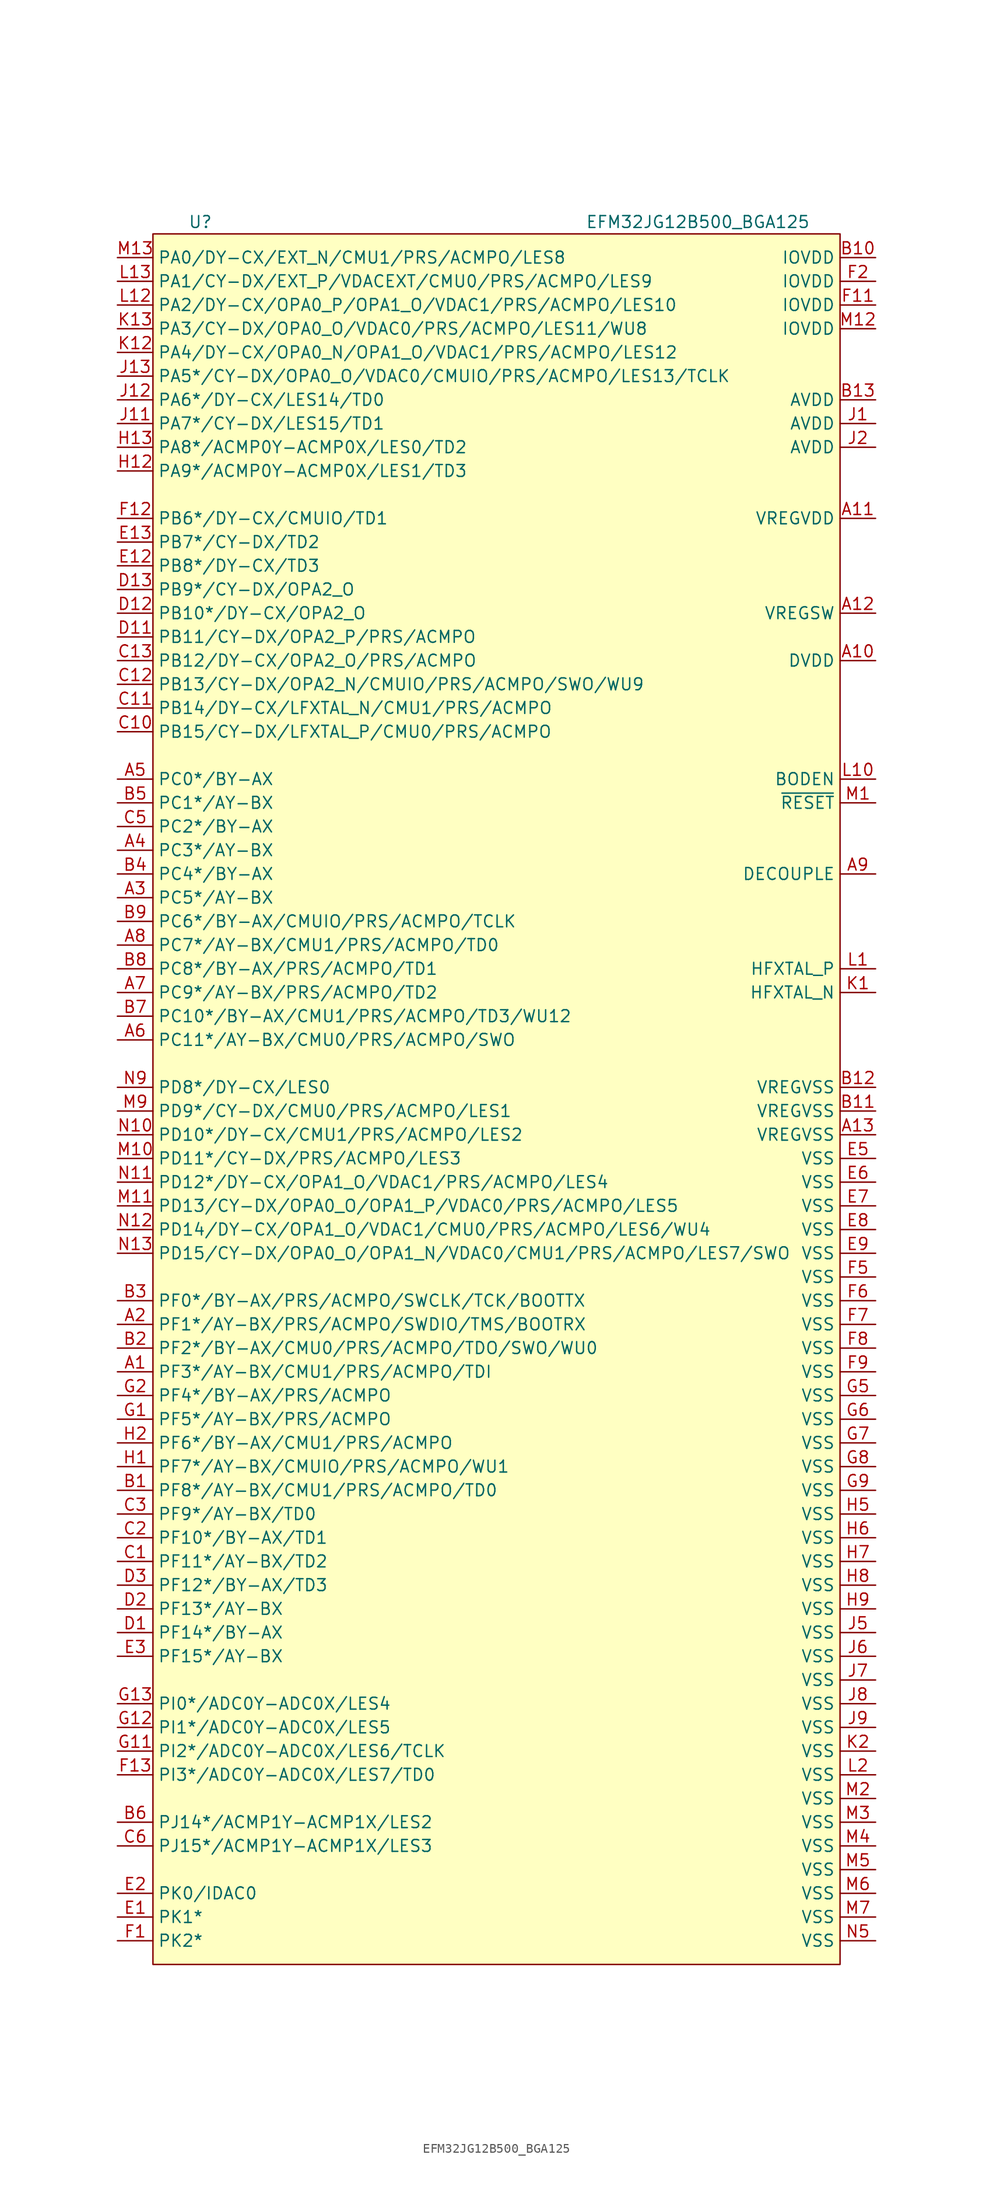
<source format=kicad_sym>
(kicad_symbol_lib
  (version 20231120)
  (generator "kicad_symbol_editor")
  (generator_version "8.0")
  (symbol "EFM32JG12B500_BGA125"
    (property "Reference" "U"
      (at -33.02 44.45 0)
      (effects (font (size 1.27 1.27))))
    (property "Value" "EFM32JG12B500_BGA125"
      (at 20.32 44.45 0)
      (effects (font (size 1.27 1.27))))
    (symbol "EFM32JG12B500_BGA125_0_1"
      (rectangle (start -38.1 43.18) (end 35.56 -142.24) (stroke (width 0) (type default)) (fill (type background))))
    (symbol "EFM32JG12B500_BGA125_1_1"
      (pin bidirectional line (at -41.91 -78.74 0) (length 3.81) (name "PF3*/AY-BX/CMU1/PRS/ACMPO/TDI" (effects (font (size 1.27 1.27)))) (number "A1" (effects (font (size 1.27 1.27)))))
      (pin power_in line (at 39.37 -2.54 180) (length 3.81) (name "DVDD" (effects (font (size 1.27 1.27)))) (number "A10" (effects (font (size 1.27 1.27)))))
      (pin power_in line (at 39.37 12.7 180) (length 3.81) (name "VREGVDD" (effects (font (size 1.27 1.27)))) (number "A11" (effects (font (size 1.27 1.27)))))
      (pin power_out line (at 39.37 2.54 180) (length 3.81) (name "VREGSW" (effects (font (size 1.27 1.27)))) (number "A12" (effects (font (size 1.27 1.27)))))
      (pin power_in line (at 39.37 -53.34 180) (length 3.81) (name "VREGVSS" (effects (font (size 1.27 1.27)))) (number "A13" (effects (font (size 1.27 1.27)))))
      (pin bidirectional line (at -41.91 -73.66 0) (length 3.81) (name "PF1*/AY-BX/PRS/ACMPO/SWDIO/TMS/BOOTRX" (effects (font (size 1.27 1.27)))) (number "A2" (effects (font (size 1.27 1.27)))))
      (pin bidirectional line (at -41.91 -27.94 0) (length 3.81) (name "PC5*/AY-BX" (effects (font (size 1.27 1.27)))) (number "A3" (effects (font (size 1.27 1.27)))))
      (pin bidirectional line (at -41.91 -22.86 0) (length 3.81) (name "PC3*/AY-BX" (effects (font (size 1.27 1.27)))) (number "A4" (effects (font (size 1.27 1.27)))))
      (pin bidirectional line (at -41.91 -15.24 0) (length 3.81) (name "PC0*/BY-AX" (effects (font (size 1.27 1.27)))) (number "A5" (effects (font (size 1.27 1.27)))))
      (pin bidirectional line (at -41.91 -43.18 0) (length 3.81) (name "PC11*/AY-BX/CMU0/PRS/ACMPO/SWO" (effects (font (size 1.27 1.27)))) (number "A6" (effects (font (size 1.27 1.27)))))
      (pin bidirectional line (at -41.91 -38.1 0) (length 3.81) (name "PC9*/AY-BX/PRS/ACMPO/TD2" (effects (font (size 1.27 1.27)))) (number "A7" (effects (font (size 1.27 1.27)))))
      (pin bidirectional line (at -41.91 -33.02 0) (length 3.81) (name "PC7*/AY-BX/CMU1/PRS/ACMPO/TD0" (effects (font (size 1.27 1.27)))) (number "A8" (effects (font (size 1.27 1.27)))))
      (pin power_out line (at 39.37 -25.4 180) (length 3.81) (name "DECOUPLE" (effects (font (size 1.27 1.27)))) (number "A9" (effects (font (size 1.27 1.27)))))
      (pin bidirectional line (at -41.91 -91.44 0) (length 3.81) (name "PF8*/AY-BX/CMU1/PRS/ACMPO/TD0" (effects (font (size 1.27 1.27)))) (number "B1" (effects (font (size 1.27 1.27)))))
      (pin power_in line (at 39.37 40.64 180) (length 3.81) (name "IOVDD" (effects (font (size 1.27 1.27)))) (number "B10" (effects (font (size 1.27 1.27)))))
      (pin power_in line (at 39.37 -50.8 180) (length 3.81) (name "VREGVSS" (effects (font (size 1.27 1.27)))) (number "B11" (effects (font (size 1.27 1.27)))))
      (pin power_in line (at 39.37 -48.26 180) (length 3.81) (name "VREGVSS" (effects (font (size 1.27 1.27)))) (number "B12" (effects (font (size 1.27 1.27)))))
      (pin power_in line (at 39.37 25.4 180) (length 3.81) (name "AVDD" (effects (font (size 1.27 1.27)))) (number "B13" (effects (font (size 1.27 1.27)))))
      (pin bidirectional line (at -41.91 -76.2 0) (length 3.81) (name "PF2*/BY-AX/CMU0/PRS/ACMPO/TDO/SWO/WU0" (effects (font (size 1.27 1.27)))) (number "B2" (effects (font (size 1.27 1.27)))))
      (pin bidirectional line (at -41.91 -71.12 0) (length 3.81) (name "PF0*/BY-AX/PRS/ACMPO/SWCLK/TCK/BOOTTX" (effects (font (size 1.27 1.27)))) (number "B3" (effects (font (size 1.27 1.27)))))
      (pin bidirectional line (at -41.91 -25.4 0) (length 3.81) (name "PC4*/BY-AX" (effects (font (size 1.27 1.27)))) (number "B4" (effects (font (size 1.27 1.27)))))
      (pin bidirectional line (at -41.91 -17.78 0) (length 3.81) (name "PC1*/AY-BX" (effects (font (size 1.27 1.27)))) (number "B5" (effects (font (size 1.27 1.27)))))
      (pin bidirectional line (at -41.91 -127 0) (length 3.81) (name "PJ14*/ACMP1Y-ACMP1X/LES2" (effects (font (size 1.27 1.27)))) (number "B6" (effects (font (size 1.27 1.27)))))
      (pin bidirectional line (at -41.91 -40.64 0) (length 3.81) (name "PC10*/BY-AX/CMU1/PRS/ACMPO/TD3/WU12" (effects (font (size 1.27 1.27)))) (number "B7" (effects (font (size 1.27 1.27)))))
      (pin bidirectional line (at -41.91 -35.56 0) (length 3.81) (name "PC8*/BY-AX/PRS/ACMPO/TD1" (effects (font (size 1.27 1.27)))) (number "B8" (effects (font (size 1.27 1.27)))))
      (pin bidirectional line (at -41.91 -30.48 0) (length 3.81) (name "PC6*/BY-AX/CMUIO/PRS/ACMPO/TCLK" (effects (font (size 1.27 1.27)))) (number "B9" (effects (font (size 1.27 1.27)))))
      (pin bidirectional line (at -41.91 -99.06 0) (length 3.81) (name "PF11*/AY-BX/TD2" (effects (font (size 1.27 1.27)))) (number "C1" (effects (font (size 1.27 1.27)))))
      (pin bidirectional line (at -41.91 -10.16 0) (length 3.81) (name "PB15/CY-DX/LFXTAL_P/CMU0/PRS/ACMPO" (effects (font (size 1.27 1.27)))) (number "C10" (effects (font (size 1.27 1.27)))))
      (pin bidirectional line (at -41.91 -7.62 0) (length 3.81) (name "PB14/DY-CX/LFXTAL_N/CMU1/PRS/ACMPO" (effects (font (size 1.27 1.27)))) (number "C11" (effects (font (size 1.27 1.27)))))
      (pin bidirectional line (at -41.91 -5.08 0) (length 3.81) (name "PB13/CY-DX/OPA2_N/CMUIO/PRS/ACMPO/SWO/WU9" (effects (font (size 1.27 1.27)))) (number "C12" (effects (font (size 1.27 1.27)))))
      (pin bidirectional line (at -41.91 -2.54 0) (length 3.81) (name "PB12/DY-CX/OPA2_O/PRS/ACMPO" (effects (font (size 1.27 1.27)))) (number "C13" (effects (font (size 1.27 1.27)))))
      (pin bidirectional line (at -41.91 -96.52 0) (length 3.81) (name "PF10*/BY-AX/TD1" (effects (font (size 1.27 1.27)))) (number "C2" (effects (font (size 1.27 1.27)))))
      (pin bidirectional line (at -41.91 -93.98 0) (length 3.81) (name "PF9*/AY-BX/TD0" (effects (font (size 1.27 1.27)))) (number "C3" (effects (font (size 1.27 1.27)))))
      (pin bidirectional line (at -41.91 -20.32 0) (length 3.81) (name "PC2*/BY-AX" (effects (font (size 1.27 1.27)))) (number "C5" (effects (font (size 1.27 1.27)))))
      (pin bidirectional line (at -41.91 -129.54 0) (length 3.81) (name "PJ15*/ACMP1Y-ACMP1X/LES3" (effects (font (size 1.27 1.27)))) (number "C6" (effects (font (size 1.27 1.27)))))
      (pin bidirectional line (at -41.91 -106.68 0) (length 3.81) (name "PF14*/BY-AX" (effects (font (size 1.27 1.27)))) (number "D1" (effects (font (size 1.27 1.27)))))
      (pin bidirectional line (at -41.91 0 0) (length 3.81) (name "PB11/CY-DX/OPA2_P/PRS/ACMPO" (effects (font (size 1.27 1.27)))) (number "D11" (effects (font (size 1.27 1.27)))))
      (pin bidirectional line (at -41.91 2.54 0) (length 3.81) (name "PB10*/DY-CX/OPA2_O" (effects (font (size 1.27 1.27)))) (number "D12" (effects (font (size 1.27 1.27)))))
      (pin bidirectional line (at -41.91 5.08 0) (length 3.81) (name "PB9*/CY-DX/OPA2_O" (effects (font (size 1.27 1.27)))) (number "D13" (effects (font (size 1.27 1.27)))))
      (pin bidirectional line (at -41.91 -104.14 0) (length 3.81) (name "PF13*/AY-BX" (effects (font (size 1.27 1.27)))) (number "D2" (effects (font (size 1.27 1.27)))))
      (pin bidirectional line (at -41.91 -101.6 0) (length 3.81) (name "PF12*/BY-AX/TD3" (effects (font (size 1.27 1.27)))) (number "D3" (effects (font (size 1.27 1.27)))))
      (pin bidirectional line (at -41.91 -137.16 0) (length 3.81) (name "PK1*" (effects (font (size 1.27 1.27)))) (number "E1" (effects (font (size 1.27 1.27)))))
      (pin bidirectional line (at -41.91 7.62 0) (length 3.81) (name "PB8*/DY-CX/TD3" (effects (font (size 1.27 1.27)))) (number "E12" (effects (font (size 1.27 1.27)))))
      (pin bidirectional line (at -41.91 10.16 0) (length 3.81) (name "PB7*/CY-DX/TD2" (effects (font (size 1.27 1.27)))) (number "E13" (effects (font (size 1.27 1.27)))))
      (pin bidirectional line (at -41.91 -134.62 0) (length 3.81) (name "PK0/IDAC0" (effects (font (size 1.27 1.27)))) (number "E2" (effects (font (size 1.27 1.27)))))
      (pin bidirectional line (at -41.91 -109.22 0) (length 3.81) (name "PF15*/AY-BX" (effects (font (size 1.27 1.27)))) (number "E3" (effects (font (size 1.27 1.27)))))
      (pin power_in line (at 39.37 -55.88 180) (length 3.81) (name "VSS" (effects (font (size 1.27 1.27)))) (number "E5" (effects (font (size 1.27 1.27)))))
      (pin power_in line (at 39.37 -58.42 180) (length 3.81) (name "VSS" (effects (font (size 1.27 1.27)))) (number "E6" (effects (font (size 1.27 1.27)))))
      (pin power_in line (at 39.37 -60.96 180) (length 3.81) (name "VSS" (effects (font (size 1.27 1.27)))) (number "E7" (effects (font (size 1.27 1.27)))))
      (pin power_in line (at 39.37 -63.5 180) (length 3.81) (name "VSS" (effects (font (size 1.27 1.27)))) (number "E8" (effects (font (size 1.27 1.27)))))
      (pin power_in line (at 39.37 -66.04 180) (length 3.81) (name "VSS" (effects (font (size 1.27 1.27)))) (number "E9" (effects (font (size 1.27 1.27)))))
      (pin bidirectional line (at -41.91 -139.7 0) (length 3.81) (name "PK2*" (effects (font (size 1.27 1.27)))) (number "F1" (effects (font (size 1.27 1.27)))))
      (pin power_in line (at 39.37 35.56 180) (length 3.81) (name "IOVDD" (effects (font (size 1.27 1.27)))) (number "F11" (effects (font (size 1.27 1.27)))))
      (pin bidirectional line (at -41.91 12.7 0) (length 3.81) (name "PB6*/DY-CX/CMUIO/TD1" (effects (font (size 1.27 1.27)))) (number "F12" (effects (font (size 1.27 1.27)))))
      (pin bidirectional line (at -41.91 -121.92 0) (length 3.81) (name "PI3*/ADC0Y-ADC0X/LES7/TD0" (effects (font (size 1.27 1.27)))) (number "F13" (effects (font (size 1.27 1.27)))))
      (pin power_in line (at 39.37 38.1 180) (length 3.81) (name "IOVDD" (effects (font (size 1.27 1.27)))) (number "F2" (effects (font (size 1.27 1.27)))))
      (pin power_in line (at 39.37 -68.58 180) (length 3.81) (name "VSS" (effects (font (size 1.27 1.27)))) (number "F5" (effects (font (size 1.27 1.27)))))
      (pin power_in line (at 39.37 -71.12 180) (length 3.81) (name "VSS" (effects (font (size 1.27 1.27)))) (number "F6" (effects (font (size 1.27 1.27)))))
      (pin power_in line (at 39.37 -73.66 180) (length 3.81) (name "VSS" (effects (font (size 1.27 1.27)))) (number "F7" (effects (font (size 1.27 1.27)))))
      (pin power_in line (at 39.37 -76.2 180) (length 3.81) (name "VSS" (effects (font (size 1.27 1.27)))) (number "F8" (effects (font (size 1.27 1.27)))))
      (pin power_in line (at 39.37 -78.74 180) (length 3.81) (name "VSS" (effects (font (size 1.27 1.27)))) (number "F9" (effects (font (size 1.27 1.27)))))
      (pin bidirectional line (at -41.91 -83.82 0) (length 3.81) (name "PF5*/AY-BX/PRS/ACMPO" (effects (font (size 1.27 1.27)))) (number "G1" (effects (font (size 1.27 1.27)))))
      (pin bidirectional line (at -41.91 -119.38 0) (length 3.81) (name "PI2*/ADC0Y-ADC0X/LES6/TCLK" (effects (font (size 1.27 1.27)))) (number "G11" (effects (font (size 1.27 1.27)))))
      (pin bidirectional line (at -41.91 -116.84 0) (length 3.81) (name "PI1*/ADC0Y-ADC0X/LES5" (effects (font (size 1.27 1.27)))) (number "G12" (effects (font (size 1.27 1.27)))))
      (pin bidirectional line (at -41.91 -114.3 0) (length 3.81) (name "PI0*/ADC0Y-ADC0X/LES4" (effects (font (size 1.27 1.27)))) (number "G13" (effects (font (size 1.27 1.27)))))
      (pin bidirectional line (at -41.91 -81.28 0) (length 3.81) (name "PF4*/BY-AX/PRS/ACMPO" (effects (font (size 1.27 1.27)))) (number "G2" (effects (font (size 1.27 1.27)))))
      (pin power_in line (at 39.37 -81.28 180) (length 3.81) (name "VSS" (effects (font (size 1.27 1.27)))) (number "G5" (effects (font (size 1.27 1.27)))))
      (pin power_in line (at 39.37 -83.82 180) (length 3.81) (name "VSS" (effects (font (size 1.27 1.27)))) (number "G6" (effects (font (size 1.27 1.27)))))
      (pin power_in line (at 39.37 -86.36 180) (length 3.81) (name "VSS" (effects (font (size 1.27 1.27)))) (number "G7" (effects (font (size 1.27 1.27)))))
      (pin power_in line (at 39.37 -88.9 180) (length 3.81) (name "VSS" (effects (font (size 1.27 1.27)))) (number "G8" (effects (font (size 1.27 1.27)))))
      (pin power_in line (at 39.37 -91.44 180) (length 3.81) (name "VSS" (effects (font (size 1.27 1.27)))) (number "G9" (effects (font (size 1.27 1.27)))))
      (pin bidirectional line (at -41.91 -88.9 0) (length 3.81) (name "PF7*/AY-BX/CMUIO/PRS/ACMPO/WU1" (effects (font (size 1.27 1.27)))) (number "H1" (effects (font (size 1.27 1.27)))))
      (pin bidirectional line (at -41.91 17.78 0) (length 3.81) (name "PA9*/ACMP0Y-ACMP0X/LES1/TD3" (effects (font (size 1.27 1.27)))) (number "H12" (effects (font (size 1.27 1.27)))))
      (pin bidirectional line (at -41.91 20.32 0) (length 3.81) (name "PA8*/ACMP0Y-ACMP0X/LES0/TD2" (effects (font (size 1.27 1.27)))) (number "H13" (effects (font (size 1.27 1.27)))))
      (pin bidirectional line (at -41.91 -86.36 0) (length 3.81) (name "PF6*/BY-AX/CMU1/PRS/ACMPO" (effects (font (size 1.27 1.27)))) (number "H2" (effects (font (size 1.27 1.27)))))
      (pin power_in line (at 39.37 -93.98 180) (length 3.81) (name "VSS" (effects (font (size 1.27 1.27)))) (number "H5" (effects (font (size 1.27 1.27)))))
      (pin power_in line (at 39.37 -96.52 180) (length 3.81) (name "VSS" (effects (font (size 1.27 1.27)))) (number "H6" (effects (font (size 1.27 1.27)))))
      (pin power_in line (at 39.37 -99.06 180) (length 3.81) (name "VSS" (effects (font (size 1.27 1.27)))) (number "H7" (effects (font (size 1.27 1.27)))))
      (pin power_in line (at 39.37 -101.6 180) (length 3.81) (name "VSS" (effects (font (size 1.27 1.27)))) (number "H8" (effects (font (size 1.27 1.27)))))
      (pin power_in line (at 39.37 -104.14 180) (length 3.81) (name "VSS" (effects (font (size 1.27 1.27)))) (number "H9" (effects (font (size 1.27 1.27)))))
      (pin power_in line (at 39.37 22.86 180) (length 3.81) (name "AVDD" (effects (font (size 1.27 1.27)))) (number "J1" (effects (font (size 1.27 1.27)))))
      (pin bidirectional line (at -41.91 22.86 0) (length 3.81) (name "PA7*/CY-DX/LES15/TD1" (effects (font (size 1.27 1.27)))) (number "J11" (effects (font (size 1.27 1.27)))))
      (pin bidirectional line (at -41.91 25.4 0) (length 3.81) (name "PA6*/DY-CX/LES14/TD0" (effects (font (size 1.27 1.27)))) (number "J12" (effects (font (size 1.27 1.27)))))
      (pin bidirectional line (at -41.91 27.94 0) (length 3.81) (name "PA5*/CY-DX/OPA0_O/VDAC0/CMUIO/PRS/ACMPO/LES13/TCLK" (effects (font (size 1.27 1.27)))) (number "J13" (effects (font (size 1.27 1.27)))))
      (pin power_in line (at 39.37 20.32 180) (length 3.81) (name "AVDD" (effects (font (size 1.27 1.27)))) (number "J2" (effects (font (size 1.27 1.27)))))
      (pin power_in line (at 39.37 -106.68 180) (length 3.81) (name "VSS" (effects (font (size 1.27 1.27)))) (number "J5" (effects (font (size 1.27 1.27)))))
      (pin power_in line (at 39.37 -109.22 180) (length 3.81) (name "VSS" (effects (font (size 1.27 1.27)))) (number "J6" (effects (font (size 1.27 1.27)))))
      (pin power_in line (at 39.37 -111.76 180) (length 3.81) (name "VSS" (effects (font (size 1.27 1.27)))) (number "J7" (effects (font (size 1.27 1.27)))))
      (pin power_in line (at 39.37 -114.3 180) (length 3.81) (name "VSS" (effects (font (size 1.27 1.27)))) (number "J8" (effects (font (size 1.27 1.27)))))
      (pin power_in line (at 39.37 -116.84 180) (length 3.81) (name "VSS" (effects (font (size 1.27 1.27)))) (number "J9" (effects (font (size 1.27 1.27)))))
      (pin bidirectional line (at 39.37 -38.1 180) (length 3.81) (name "HFXTAL_N" (effects (font (size 1.27 1.27)))) (number "K1" (effects (font (size 1.27 1.27)))))
      (pin bidirectional line (at -41.91 30.48 0) (length 3.81) (name "PA4/DY-CX/OPA0_N/OPA1_O/VDAC1/PRS/ACMPO/LES12" (effects (font (size 1.27 1.27)))) (number "K12" (effects (font (size 1.27 1.27)))))
      (pin bidirectional line (at -41.91 33.02 0) (length 3.81) (name "PA3/CY-DX/OPA0_O/VDAC0/PRS/ACMPO/LES11/WU8" (effects (font (size 1.27 1.27)))) (number "K13" (effects (font (size 1.27 1.27)))))
      (pin power_in line (at 39.37 -119.38 180) (length 3.81) (name "VSS" (effects (font (size 1.27 1.27)))) (number "K2" (effects (font (size 1.27 1.27)))))
      (pin bidirectional line (at 39.37 -35.56 180) (length 3.81) (name "HFXTAL_P" (effects (font (size 1.27 1.27)))) (number "L1" (effects (font (size 1.27 1.27)))))
      (pin input line (at 39.37 -15.24 180) (length 3.81) (name "BODEN" (effects (font (size 1.27 1.27)))) (number "L10" (effects (font (size 1.27 1.27)))))
      (pin bidirectional line (at -41.91 35.56 0) (length 3.81) (name "PA2/DY-CX/OPA0_P/OPA1_O/VDAC1/PRS/ACMPO/LES10" (effects (font (size 1.27 1.27)))) (number "L12" (effects (font (size 1.27 1.27)))))
      (pin bidirectional line (at -41.91 38.1 0) (length 3.81) (name "PA1/CY-DX/EXT_P/VDACEXT/CMU0/PRS/ACMPO/LES9" (effects (font (size 1.27 1.27)))) (number "L13" (effects (font (size 1.27 1.27)))))
      (pin power_in line (at 39.37 -121.92 180) (length 3.81) (name "VSS" (effects (font (size 1.27 1.27)))) (number "L2" (effects (font (size 1.27 1.27)))))
      (pin input line (at 39.37 -17.78 180) (length 3.81) (name "~{RESET}" (effects (font (size 1.27 1.27)))) (number "M1" (effects (font (size 1.27 1.27)))))
      (pin bidirectional line (at -41.91 -55.88 0) (length 3.81) (name "PD11*/CY-DX/PRS/ACMPO/LES3" (effects (font (size 1.27 1.27)))) (number "M10" (effects (font (size 1.27 1.27)))))
      (pin bidirectional line (at -41.91 -60.96 0) (length 3.81) (name "PD13/CY-DX/OPA0_O/OPA1_P/VDAC0/PRS/ACMPO/LES5" (effects (font (size 1.27 1.27)))) (number "M11" (effects (font (size 1.27 1.27)))))
      (pin power_in line (at 39.37 33.02 180) (length 3.81) (name "IOVDD" (effects (font (size 1.27 1.27)))) (number "M12" (effects (font (size 1.27 1.27)))))
      (pin bidirectional line (at -41.91 40.64 0) (length 3.81) (name "PA0/DY-CX/EXT_N/CMU1/PRS/ACMPO/LES8" (effects (font (size 1.27 1.27)))) (number "M13" (effects (font (size 1.27 1.27)))))
      (pin power_in line (at 39.37 -124.46 180) (length 3.81) (name "VSS" (effects (font (size 1.27 1.27)))) (number "M2" (effects (font (size 1.27 1.27)))))
      (pin power_in line (at 39.37 -127 180) (length 3.81) (name "VSS" (effects (font (size 1.27 1.27)))) (number "M3" (effects (font (size 1.27 1.27)))))
      (pin power_in line (at 39.37 -129.54 180) (length 3.81) (name "VSS" (effects (font (size 1.27 1.27)))) (number "M4" (effects (font (size 1.27 1.27)))))
      (pin power_in line (at 39.37 -132.08 180) (length 3.81) (name "VSS" (effects (font (size 1.27 1.27)))) (number "M5" (effects (font (size 1.27 1.27)))))
      (pin power_in line (at 39.37 -134.62 180) (length 3.81) (name "VSS" (effects (font (size 1.27 1.27)))) (number "M6" (effects (font (size 1.27 1.27)))))
      (pin power_in line (at 39.37 -137.16 180) (length 3.81) (name "VSS" (effects (font (size 1.27 1.27)))) (number "M7" (effects (font (size 1.27 1.27)))))
      (pin bidirectional line (at -41.91 -50.8 0) (length 3.81) (name "PD9*/CY-DX/CMU0/PRS/ACMPO/LES1" (effects (font (size 1.27 1.27)))) (number "M9" (effects (font (size 1.27 1.27)))))
      (pin bidirectional line (at -41.91 -53.34 0) (length 3.81) (name "PD10*/DY-CX/CMU1/PRS/ACMPO/LES2" (effects (font (size 1.27 1.27)))) (number "N10" (effects (font (size 1.27 1.27)))))
      (pin bidirectional line (at -41.91 -58.42 0) (length 3.81) (name "PD12*/DY-CX/OPA1_O/VDAC1/PRS/ACMPO/LES4" (effects (font (size 1.27 1.27)))) (number "N11" (effects (font (size 1.27 1.27)))))
      (pin bidirectional line (at -41.91 -63.5 0) (length 3.81) (name "PD14/DY-CX/OPA1_O/VDAC1/CMU0/PRS/ACMPO/LES6/WU4" (effects (font (size 1.27 1.27)))) (number "N12" (effects (font (size 1.27 1.27)))))
      (pin bidirectional line (at -41.91 -66.04 0) (length 3.81) (name "PD15/CY-DX/OPA0_O/OPA1_N/VDAC0/CMU1/PRS/ACMPO/LES7/SWO" (effects (font (size 1.27 1.27)))) (number "N13" (effects (font (size 1.27 1.27)))))
      (pin power_in line (at 39.37 -139.7 180) (length 3.81) (name "VSS" (effects (font (size 1.27 1.27)))) (number "N5" (effects (font (size 1.27 1.27)))))
      (pin bidirectional line (at -41.91 -48.26 0) (length 3.81) (name "PD8*/DY-CX/LES0" (effects (font (size 1.27 1.27)))) (number "N9" (effects (font (size 1.27 1.27))))))))
</source>
